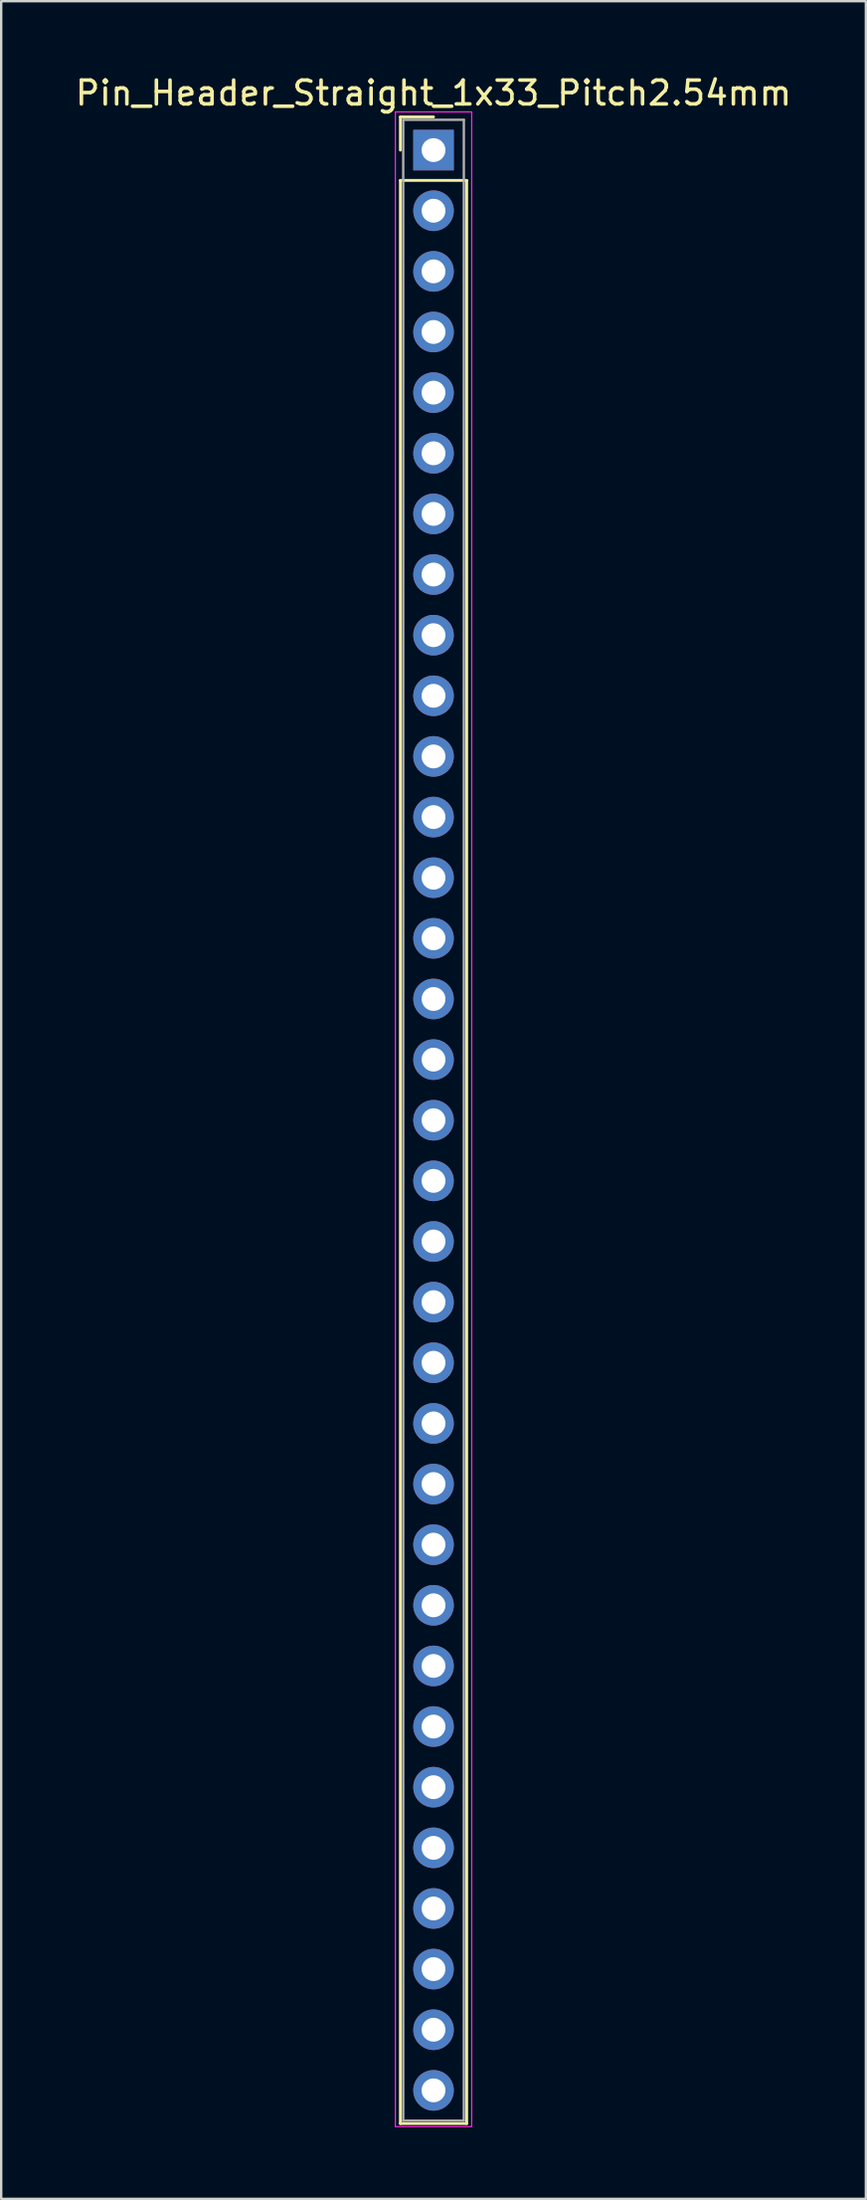
<source format=kicad_pcb>
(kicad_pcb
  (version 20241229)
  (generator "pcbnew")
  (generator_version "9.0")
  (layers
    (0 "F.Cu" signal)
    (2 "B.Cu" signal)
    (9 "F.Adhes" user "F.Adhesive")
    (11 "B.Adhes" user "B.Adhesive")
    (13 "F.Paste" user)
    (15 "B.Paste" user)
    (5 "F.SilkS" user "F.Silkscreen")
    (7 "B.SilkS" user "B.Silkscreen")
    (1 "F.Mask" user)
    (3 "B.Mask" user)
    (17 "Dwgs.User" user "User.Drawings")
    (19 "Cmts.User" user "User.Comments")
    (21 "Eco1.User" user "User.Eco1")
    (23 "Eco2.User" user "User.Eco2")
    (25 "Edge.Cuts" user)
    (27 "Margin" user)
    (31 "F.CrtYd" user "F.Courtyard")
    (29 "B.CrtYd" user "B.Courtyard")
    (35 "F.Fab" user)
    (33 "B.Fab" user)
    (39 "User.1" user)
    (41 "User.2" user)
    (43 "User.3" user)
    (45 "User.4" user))
  (footprint "Pin_Header_Straight_1x33_Pitch2.54mm"
    (layer "F.Cu")
    (at 15.125 3.238)
    (property "Reference" "Pin_Header_Straight_1x33_Pitch2.54mm" (at 0 -2.39 0) (layer "F.SilkS") (effects (font (size 1 1) (thickness 0.15))))
    (attr through_hole)
    (fp_line (start -1.39 -1.39) (end 0 -1.39) (stroke (width 0.12) (type solid)) (layer "F.SilkS"))
    (fp_line (start -1.39 0) (end -1.39 -1.39) (stroke (width 0.12) (type solid)) (layer "F.SilkS"))
    (fp_line (start -1.39 1.27) (end -1.39 82.67) (stroke (width 0.12) (type solid)) (layer "F.SilkS"))
    (fp_line (start -1.39 82.67) (end 1.39 82.67) (stroke (width 0.12) (type solid)) (layer "F.SilkS"))
    (fp_line (start 1.39 1.27) (end -1.39 1.27) (stroke (width 0.12) (type solid)) (layer "F.SilkS"))
    (fp_line (start 1.39 82.67) (end 1.39 1.27) (stroke (width 0.12) (type solid)) (layer "F.SilkS"))
    (fp_line (start -1.6 -1.6) (end -1.6 82.8) (stroke (width 0.05) (type solid)) (layer "F.CrtYd"))
    (fp_line (start -1.6 82.8) (end 1.6 82.8) (stroke (width 0.05) (type solid)) (layer "F.CrtYd"))
    (fp_line (start 1.6 -1.6) (end -1.6 -1.6) (stroke (width 0.05) (type solid)) (layer "F.CrtYd"))
    (fp_line (start 1.6 82.8) (end 1.6 -1.6) (stroke (width 0.05) (type solid)) (layer "F.CrtYd"))
    (fp_line (start -1.27 -1.27) (end -1.27 82.55) (stroke (width 0.1) (type solid)) (layer "F.Fab"))
    (fp_line (start -1.27 82.55) (end 1.27 82.55) (stroke (width 0.1) (type solid)) (layer "F.Fab"))
    (fp_line (start 1.27 -1.27) (end -1.27 -1.27) (stroke (width 0.1) (type solid)) (layer "F.Fab"))
    (fp_line (start 1.27 82.55) (end 1.27 -1.27) (stroke (width 0.1) (type solid)) (layer "F.Fab"))
    (pad "1" thru_hole rect (at 0 0) (size 1.7 1.7) (drill 1) (layers "*.Cu" "*.Mask"))
    (pad "2" thru_hole oval (at 0 2.54) (size 1.7 1.7) (drill 1) (layers "*.Cu" "*.Mask"))
    (pad "3" thru_hole oval (at 0 5.08) (size 1.7 1.7) (drill 1) (layers "*.Cu" "*.Mask"))
    (pad "4" thru_hole oval (at 0 7.62) (size 1.7 1.7) (drill 1) (layers "*.Cu" "*.Mask"))
    (pad "5" thru_hole oval (at 0 10.16) (size 1.7 1.7) (drill 1) (layers "*.Cu" "*.Mask"))
    (pad "6" thru_hole oval (at 0 12.7) (size 1.7 1.7) (drill 1) (layers "*.Cu" "*.Mask"))
    (pad "7" thru_hole oval (at 0 15.24) (size 1.7 1.7) (drill 1) (layers "*.Cu" "*.Mask"))
    (pad "8" thru_hole oval (at 0 17.78) (size 1.7 1.7) (drill 1) (layers "*.Cu" "*.Mask"))
    (pad "9" thru_hole oval (at 0 20.32) (size 1.7 1.7) (drill 1) (layers "*.Cu" "*.Mask"))
    (pad "10" thru_hole oval (at 0 22.86) (size 1.7 1.7) (drill 1) (layers "*.Cu" "*.Mask"))
    (pad "11" thru_hole oval (at 0 25.4) (size 1.7 1.7) (drill 1) (layers "*.Cu" "*.Mask"))
    (pad "12" thru_hole oval (at 0 27.94) (size 1.7 1.7) (drill 1) (layers "*.Cu" "*.Mask"))
    (pad "13" thru_hole oval (at 0 30.48) (size 1.7 1.7) (drill 1) (layers "*.Cu" "*.Mask"))
    (pad "14" thru_hole oval (at 0 33.02) (size 1.7 1.7) (drill 1) (layers "*.Cu" "*.Mask"))
    (pad "15" thru_hole oval (at 0 35.56) (size 1.7 1.7) (drill 1) (layers "*.Cu" "*.Mask"))
    (pad "16" thru_hole oval (at 0 38.1) (size 1.7 1.7) (drill 1) (layers "*.Cu" "*.Mask"))
    (pad "17" thru_hole oval (at 0 40.64) (size 1.7 1.7) (drill 1) (layers "*.Cu" "*.Mask"))
    (pad "18" thru_hole oval (at 0 43.18) (size 1.7 1.7) (drill 1) (layers "*.Cu" "*.Mask"))
    (pad "19" thru_hole oval (at 0 45.72) (size 1.7 1.7) (drill 1) (layers "*.Cu" "*.Mask"))
    (pad "20" thru_hole oval (at 0 48.26) (size 1.7 1.7) (drill 1) (layers "*.Cu" "*.Mask"))
    (pad "21" thru_hole oval (at 0 50.8) (size 1.7 1.7) (drill 1) (layers "*.Cu" "*.Mask"))
    (pad "22" thru_hole oval (at 0 53.34) (size 1.7 1.7) (drill 1) (layers "*.Cu" "*.Mask"))
    (pad "23" thru_hole oval (at 0 55.88) (size 1.7 1.7) (drill 1) (layers "*.Cu" "*.Mask"))
    (pad "24" thru_hole oval (at 0 58.42) (size 1.7 1.7) (drill 1) (layers "*.Cu" "*.Mask"))
    (pad "25" thru_hole oval (at 0 60.96) (size 1.7 1.7) (drill 1) (layers "*.Cu" "*.Mask"))
    (pad "26" thru_hole oval (at 0 63.5) (size 1.7 1.7) (drill 1) (layers "*.Cu" "*.Mask"))
    (pad "27" thru_hole oval (at 0 66.04) (size 1.7 1.7) (drill 1) (layers "*.Cu" "*.Mask"))
    (pad "28" thru_hole oval (at 0 68.58) (size 1.7 1.7) (drill 1) (layers "*.Cu" "*.Mask"))
    (pad "29" thru_hole oval (at 0 71.12) (size 1.7 1.7) (drill 1) (layers "*.Cu" "*.Mask"))
    (pad "30" thru_hole oval (at 0 73.66) (size 1.7 1.7) (drill 1) (layers "*.Cu" "*.Mask"))
    (pad "31" thru_hole oval (at 0 76.2) (size 1.7 1.7) (drill 1) (layers "*.Cu" "*.Mask"))
    (pad "32" thru_hole oval (at 0 78.74) (size 1.7 1.7) (drill 1) (layers "*.Cu" "*.Mask"))
    (pad "33" thru_hole oval (at 0 81.28) (size 1.7 1.7) (drill 1) (layers "*.Cu" "*.Mask")))
  (gr_rect
    (start -3 -3)
    (end 33.25 89.063)
    (stroke (width 0.1) (type default))
    (fill no)
    (layer "Edge.Cuts")))
</source>
